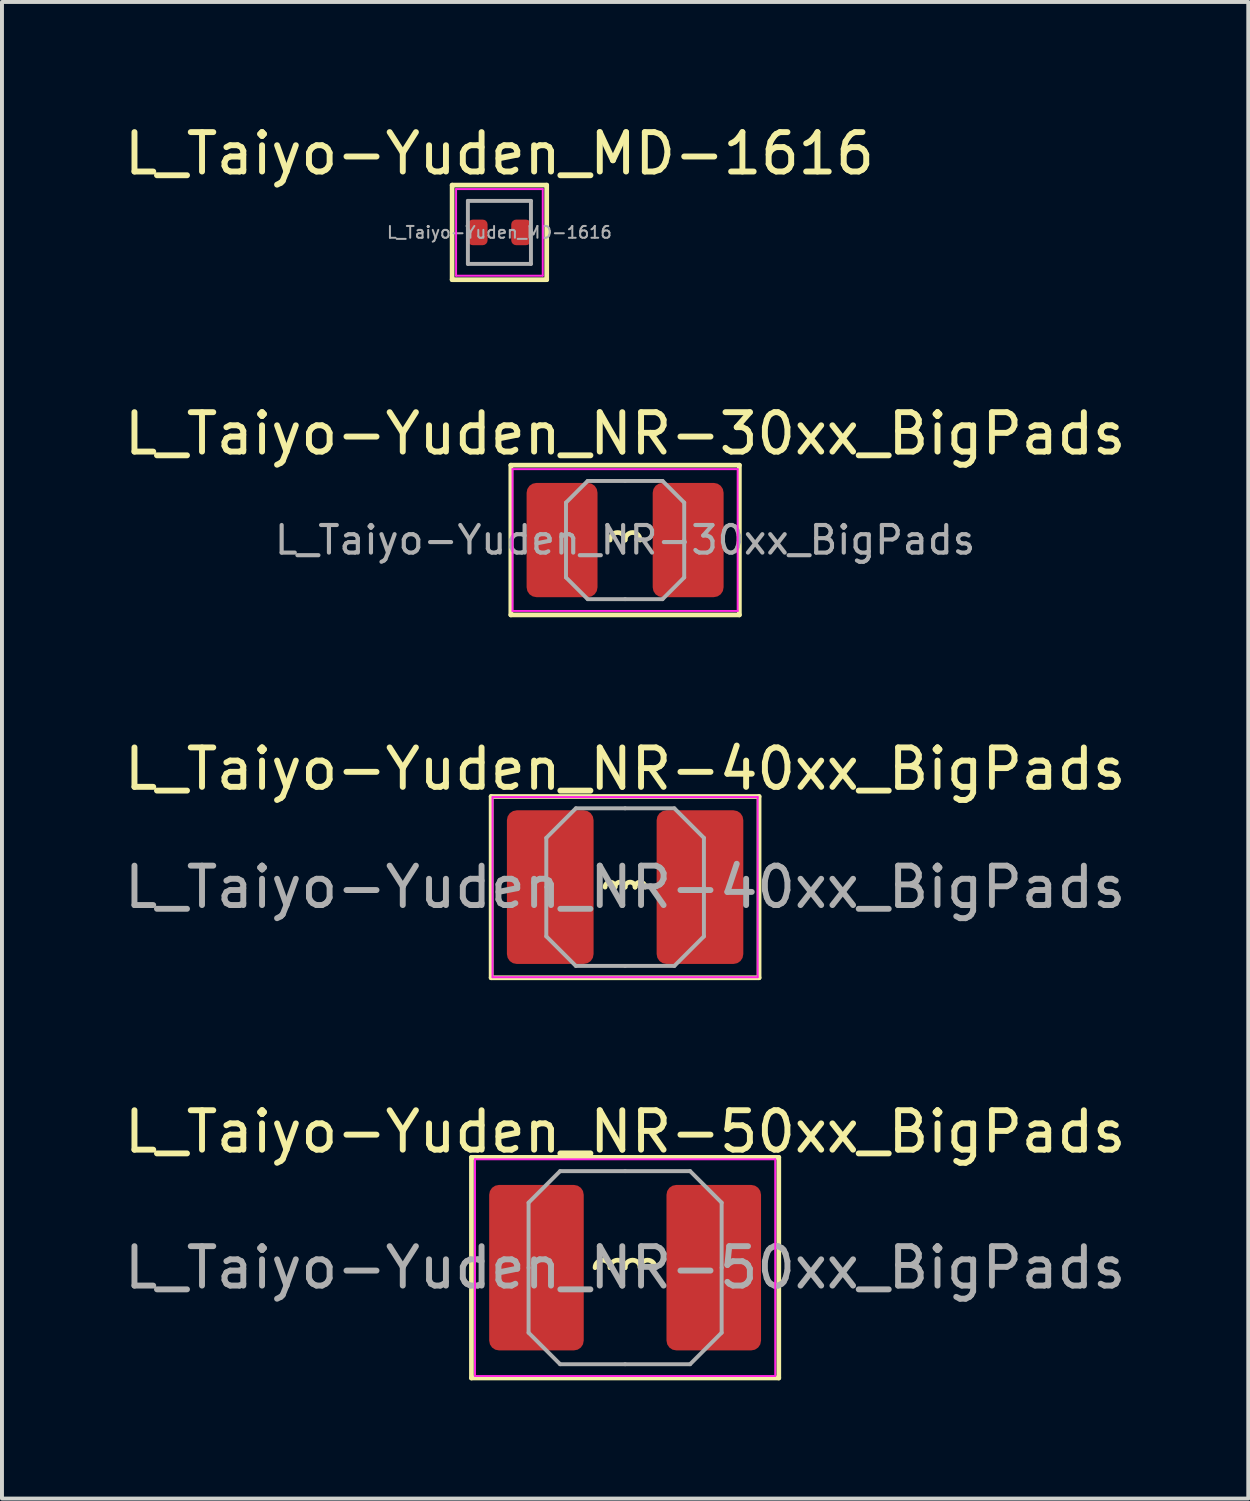
<source format=kicad_pcb>
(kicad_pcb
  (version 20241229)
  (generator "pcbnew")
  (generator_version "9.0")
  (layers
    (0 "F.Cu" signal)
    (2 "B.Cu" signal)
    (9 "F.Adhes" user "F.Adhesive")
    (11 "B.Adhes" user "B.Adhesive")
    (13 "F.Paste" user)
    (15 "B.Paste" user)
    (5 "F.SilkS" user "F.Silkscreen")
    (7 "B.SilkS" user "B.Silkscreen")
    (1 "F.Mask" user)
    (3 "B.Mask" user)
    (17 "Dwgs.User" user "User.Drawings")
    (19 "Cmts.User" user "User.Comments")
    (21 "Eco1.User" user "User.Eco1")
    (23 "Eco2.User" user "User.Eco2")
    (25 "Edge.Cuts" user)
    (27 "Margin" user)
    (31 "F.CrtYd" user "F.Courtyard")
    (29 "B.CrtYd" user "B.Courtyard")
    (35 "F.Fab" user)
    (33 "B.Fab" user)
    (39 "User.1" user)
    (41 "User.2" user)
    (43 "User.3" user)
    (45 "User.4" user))
  (footprint "L_Taiyo-Yuden_NR-50xx_BigPads"
    (layer "F.Cu")
    (at 12.815 29.123)
    (property "Reference" "L_Taiyo-Yuden_NR-50xx_BigPads" (at 0 -3.45 0) (layer "F.SilkS") (effects (font (size 1 1) (thickness 0.15))))
    (attr smd)
    (fp_line (start -3.9 -2.8) (end -3.9 2.8) (stroke (width 0.12) (type solid)) (layer "F.SilkS"))
    (fp_line (start -3.9 2.8) (end 3.9 2.8) (stroke (width 0.12) (type solid)) (layer "F.SilkS"))
    (fp_line (start 3.9 -2.8) (end -3.9 -2.8) (stroke (width 0.12) (type solid)) (layer "F.SilkS"))
    (fp_line (start 3.9 2.8) (end 3.9 -2.8) (stroke (width 0.12) (type solid)) (layer "F.SilkS"))
    (fp_arc (start -0.762 0) (mid -0.5715 -0.1905) (end -0.381 0) (stroke (width 0.12) (type solid)) (layer "F.SilkS"))
    (fp_arc (start -0.381 0) (mid -0.1905 -0.1905) (end 0 0) (stroke (width 0.12) (type solid)) (layer "F.SilkS"))
    (fp_arc (start 0 0) (mid 0.1905 -0.1905) (end 0.381 0) (stroke (width 0.12) (type solid)) (layer "F.SilkS"))
    (fp_arc (start 0.381 0) (mid 0.5715 -0.1905) (end 0.762 0) (stroke (width 0.12) (type solid)) (layer "F.SilkS"))
    (fp_line (start -3.81 -2.75) (end -3.81 2.75) (stroke (width 0.05) (type solid)) (layer "F.CrtYd"))
    (fp_line (start -3.81 2.75) (end 3.81 2.75) (stroke (width 0.05) (type solid)) (layer "F.CrtYd"))
    (fp_line (start 3.81 -2.75) (end -3.81 -2.75) (stroke (width 0.05) (type solid)) (layer "F.CrtYd"))
    (fp_line (start 3.81 2.75) (end 3.81 -2.75) (stroke (width 0.05) (type solid)) (layer "F.CrtYd"))
    (fp_line (start -2.45 -1.65) (end -1.65 -2.45) (stroke (width 0.1) (type solid)) (layer "F.Fab"))
    (fp_line (start -2.45 0) (end -2.45 -1.65) (stroke (width 0.1) (type solid)) (layer "F.Fab"))
    (fp_line (start -2.45 0) (end -2.45 1.65) (stroke (width 0.1) (type solid)) (layer "F.Fab"))
    (fp_line (start -2.45 1.65) (end -1.65 2.45) (stroke (width 0.1) (type solid)) (layer "F.Fab"))
    (fp_line (start -1.65 -2.45) (end 0 -2.45) (stroke (width 0.1) (type solid)) (layer "F.Fab"))
    (fp_line (start -1.65 2.45) (end 0 2.45) (stroke (width 0.1) (type solid)) (layer "F.Fab"))
    (fp_line (start 1.65 -2.45) (end 0 -2.45) (stroke (width 0.1) (type solid)) (layer "F.Fab"))
    (fp_line (start 1.65 2.45) (end 0 2.45) (stroke (width 0.1) (type solid)) (layer "F.Fab"))
    (fp_line (start 2.45 -1.65) (end 1.65 -2.45) (stroke (width 0.1) (type solid)) (layer "F.Fab"))
    (fp_line (start 2.45 0) (end 2.45 -1.65) (stroke (width 0.1) (type solid)) (layer "F.Fab"))
    (fp_line (start 2.45 0) (end 2.45 1.65) (stroke (width 0.1) (type solid)) (layer "F.Fab"))
    (fp_line (start 2.45 1.65) (end 1.65 2.45) (stroke (width 0.1) (type solid)) (layer "F.Fab"))
    (fp_text user "${REFERENCE}" (at 0 0 0) (layer "F.Fab") (effects (font (size 1 1) (thickness 0.15))))
    (pad "1" smd roundrect (at -2.25 0) (size 2.4 4.2) (layers "F.Cu" "F.Mask" "F.Paste") (roundrect_rratio 0.104))
    (pad "2" smd roundrect (at 2.25 0) (size 2.4 4.2) (layers "F.Cu" "F.Mask" "F.Paste") (roundrect_rratio 0.104)))
  (footprint "L_Taiyo-Yuden_NR-30xx_BigPads"
    (layer "F.Cu")
    (at 12.815 10.656)
    (property "Reference" "L_Taiyo-Yuden_NR-30xx_BigPads" (at 0 -2.7 0) (layer "F.SilkS") (effects (font (size 1 1) (thickness 0.15))))
    (attr smd)
    (fp_line (start -2.9 -1.9) (end -2.9 1.9) (stroke (width 0.12) (type solid)) (layer "F.SilkS"))
    (fp_line (start -2.9 1.9) (end 2.9 1.9) (stroke (width 0.12) (type solid)) (layer "F.SilkS"))
    (fp_line (start 2.9 -1.9) (end -2.9 -1.9) (stroke (width 0.12) (type solid)) (layer "F.SilkS"))
    (fp_line (start 2.9 1.9) (end 2.9 -1.9) (stroke (width 0.12) (type solid)) (layer "F.SilkS"))
    (fp_arc (start -0.381 0) (mid -0.1905 -0.1905) (end 0 0) (stroke (width 0.12) (type solid)) (layer "F.SilkS"))
    (fp_arc (start 0 0) (mid 0.1905 -0.1905) (end 0.381 0) (stroke (width 0.12) (type solid)) (layer "F.SilkS"))
    (fp_line (start -2.857 -1.8) (end -2.857 1.8) (stroke (width 0.05) (type solid)) (layer "F.CrtYd"))
    (fp_line (start -2.857 1.8) (end 2.857 1.8) (stroke (width 0.05) (type solid)) (layer "F.CrtYd"))
    (fp_line (start 2.857 -1.8) (end -2.857 -1.8) (stroke (width 0.05) (type solid)) (layer "F.CrtYd"))
    (fp_line (start 2.857 1.8) (end 2.857 -1.8) (stroke (width 0.05) (type solid)) (layer "F.CrtYd"))
    (fp_line (start -1.5 -0.95) (end -0.95 -1.5) (stroke (width 0.1) (type solid)) (layer "F.Fab"))
    (fp_line (start -1.5 0) (end -1.5 -0.95) (stroke (width 0.1) (type solid)) (layer "F.Fab"))
    (fp_line (start -1.5 0) (end -1.5 0.95) (stroke (width 0.1) (type solid)) (layer "F.Fab"))
    (fp_line (start -1.5 0.95) (end -0.95 1.5) (stroke (width 0.1) (type solid)) (layer "F.Fab"))
    (fp_line (start -0.95 -1.5) (end 0 -1.5) (stroke (width 0.1) (type solid)) (layer "F.Fab"))
    (fp_line (start -0.95 1.5) (end 0 1.5) (stroke (width 0.1) (type solid)) (layer "F.Fab"))
    (fp_line (start 0.95 -1.5) (end 0 -1.5) (stroke (width 0.1) (type solid)) (layer "F.Fab"))
    (fp_line (start 0.95 1.5) (end 0 1.5) (stroke (width 0.1) (type solid)) (layer "F.Fab"))
    (fp_line (start 1.5 -0.95) (end 0.95 -1.5) (stroke (width 0.1) (type solid)) (layer "F.Fab"))
    (fp_line (start 1.5 0) (end 1.5 -0.95) (stroke (width 0.1) (type solid)) (layer "F.Fab"))
    (fp_line (start 1.5 0) (end 1.5 0.95) (stroke (width 0.1) (type solid)) (layer "F.Fab"))
    (fp_line (start 1.5 0.95) (end 0.95 1.5) (stroke (width 0.1) (type solid)) (layer "F.Fab"))
    (fp_text user "${REFERENCE}" (at 0 0 0) (layer "F.Fab") (effects (font (size 0.7 0.7) (thickness 0.105))))
    (pad "1" smd roundrect (at -1.6 0) (size 1.8 2.9) (layers "F.Cu" "F.Mask" "F.Paste") (roundrect_rratio 0.139))
    (pad "2" smd roundrect (at 1.6 0) (size 1.8 2.9) (layers "F.Cu" "F.Mask" "F.Paste") (roundrect_rratio 0.139)))
  (footprint "L_Taiyo-Yuden_NR-40xx_BigPads"
    (layer "F.Cu")
    (at 12.815 19.465)
    (property "Reference" "L_Taiyo-Yuden_NR-40xx_BigPads" (at 0 -3 0) (layer "F.SilkS") (effects (font (size 1 1) (thickness 0.15))))
    (attr smd)
    (fp_line (start -3.4 -2.3) (end -3.4 2.3) (stroke (width 0.12) (type solid)) (layer "F.SilkS"))
    (fp_line (start -3.4 2.3) (end 3.4 2.3) (stroke (width 0.12) (type solid)) (layer "F.SilkS"))
    (fp_line (start 3.4 -2.3) (end -3.4 -2.3) (stroke (width 0.12) (type solid)) (layer "F.SilkS"))
    (fp_line (start 3.4 2.3) (end 3.4 -2.3) (stroke (width 0.12) (type solid)) (layer "F.SilkS"))
    (fp_arc (start -0.508 0) (mid -0.381 -0.127) (end -0.254 0) (stroke (width 0.12) (type solid)) (layer "F.SilkS"))
    (fp_arc (start -0.254 0) (mid -0.127 -0.127) (end 0 0) (stroke (width 0.12) (type solid)) (layer "F.SilkS"))
    (fp_arc (start 0 0) (mid 0.127 -0.127) (end 0.254 0) (stroke (width 0.12) (type solid)) (layer "F.SilkS"))
    (fp_arc (start 0.254 0) (mid 0.381 -0.127) (end 0.508 0) (stroke (width 0.12) (type solid)) (layer "F.SilkS"))
    (fp_line (start -3.365 -2.286) (end -3.365 2.286) (stroke (width 0.05) (type solid)) (layer "F.CrtYd"))
    (fp_line (start -3.365 2.286) (end 3.365 2.286) (stroke (width 0.05) (type solid)) (layer "F.CrtYd"))
    (fp_line (start 3.365 -2.286) (end -3.365 -2.286) (stroke (width 0.05) (type solid)) (layer "F.CrtYd"))
    (fp_line (start 3.365 2.286) (end 3.365 -2.286) (stroke (width 0.05) (type solid)) (layer "F.CrtYd"))
    (fp_line (start -2 -1.25) (end -1.25 -2) (stroke (width 0.1) (type solid)) (layer "F.Fab"))
    (fp_line (start -2 0) (end -2 -1.25) (stroke (width 0.1) (type solid)) (layer "F.Fab"))
    (fp_line (start -2 0) (end -2 1.25) (stroke (width 0.1) (type solid)) (layer "F.Fab"))
    (fp_line (start -2 1.25) (end -1.25 2) (stroke (width 0.1) (type solid)) (layer "F.Fab"))
    (fp_line (start -1.25 -2) (end 0 -2) (stroke (width 0.1) (type solid)) (layer "F.Fab"))
    (fp_line (start -1.25 2) (end 0 2) (stroke (width 0.1) (type solid)) (layer "F.Fab"))
    (fp_line (start 1.25 -2) (end 0 -2) (stroke (width 0.1) (type solid)) (layer "F.Fab"))
    (fp_line (start 1.25 2) (end 0 2) (stroke (width 0.1) (type solid)) (layer "F.Fab"))
    (fp_line (start 2 -1.25) (end 1.25 -2) (stroke (width 0.1) (type solid)) (layer "F.Fab"))
    (fp_line (start 2 0) (end 2 -1.25) (stroke (width 0.1) (type solid)) (layer "F.Fab"))
    (fp_line (start 2 0) (end 2 1.25) (stroke (width 0.1) (type solid)) (layer "F.Fab"))
    (fp_line (start 2 1.25) (end 1.25 2) (stroke (width 0.1) (type solid)) (layer "F.Fab"))
    (fp_text user "${REFERENCE}" (at 0 0 0) (layer "F.Fab") (effects (font (size 1 1) (thickness 0.15))))
    (pad "1" smd roundrect (at -1.9 0) (size 2.2 3.9) (layers "F.Cu" "F.Mask" "F.Paste") (roundrect_rratio 0.114))
    (pad "2" smd roundrect (at 1.9 0) (size 2.2 3.9) (layers "F.Cu" "F.Mask" "F.Paste") (roundrect_rratio 0.114)))
  (footprint "L_Taiyo-Yuden_MD-1616"
    (layer "F.Cu")
    (at 9.625 2.848)
    (property "Reference" "L_Taiyo-Yuden_MD-1616" (at 0 -2 0) (layer "F.SilkS") (effects (font (size 1 1) (thickness 0.15))))
    (attr smd)
    (fp_line (start -1.2 -1.2) (end -1.2 1.2) (stroke (width 0.12) (type solid)) (layer "F.SilkS"))
    (fp_line (start -1.2 1.2) (end 1.2 1.2) (stroke (width 0.12) (type solid)) (layer "F.SilkS"))
    (fp_line (start 1.2 -1.2) (end -1.2 -1.2) (stroke (width 0.12) (type solid)) (layer "F.SilkS"))
    (fp_line (start 1.2 1.2) (end 1.2 -1.2) (stroke (width 0.12) (type solid)) (layer "F.SilkS"))
    (fp_line (start -1.1 -1.1) (end -1.1 1.1) (stroke (width 0.05) (type solid)) (layer "F.CrtYd"))
    (fp_line (start -1.1 1.1) (end 1.1 1.1) (stroke (width 0.05) (type solid)) (layer "F.CrtYd"))
    (fp_line (start 1.1 -1.1) (end -1.1 -1.1) (stroke (width 0.05) (type solid)) (layer "F.CrtYd"))
    (fp_line (start 1.1 1.1) (end 1.1 -1.1) (stroke (width 0.05) (type solid)) (layer "F.CrtYd"))
    (fp_line (start -0.8 -0.8) (end -0.8 0.8) (stroke (width 0.1) (type solid)) (layer "F.Fab"))
    (fp_line (start -0.8 0.8) (end 0.8 0.8) (stroke (width 0.1) (type solid)) (layer "F.Fab"))
    (fp_line (start 0.8 -0.8) (end -0.8 -0.8) (stroke (width 0.1) (type solid)) (layer "F.Fab"))
    (fp_line (start 0.8 0.8) (end 0.8 -0.8) (stroke (width 0.1) (type solid)) (layer "F.Fab"))
    (fp_text user "${REFERENCE}" (at 0 0 0) (layer "F.Fab") (effects (font (size 0.3 0.3) (thickness 0.05))))
    (pad "1" smd roundrect (at -0.55 0) (size 0.5 0.65) (layers "F.Cu" "F.Mask" "F.Paste") (roundrect_rratio 0.25))
    (pad "2" smd roundrect (at 0.55 0) (size 0.5 0.65) (layers "F.Cu" "F.Mask" "F.Paste") (roundrect_rratio 0.25)))
  (gr_rect
    (start -3 -3)
    (end 28.631 34.983)
    (stroke (width 0.1) (type default))
    (fill no)
    (layer "Edge.Cuts")))
</source>
